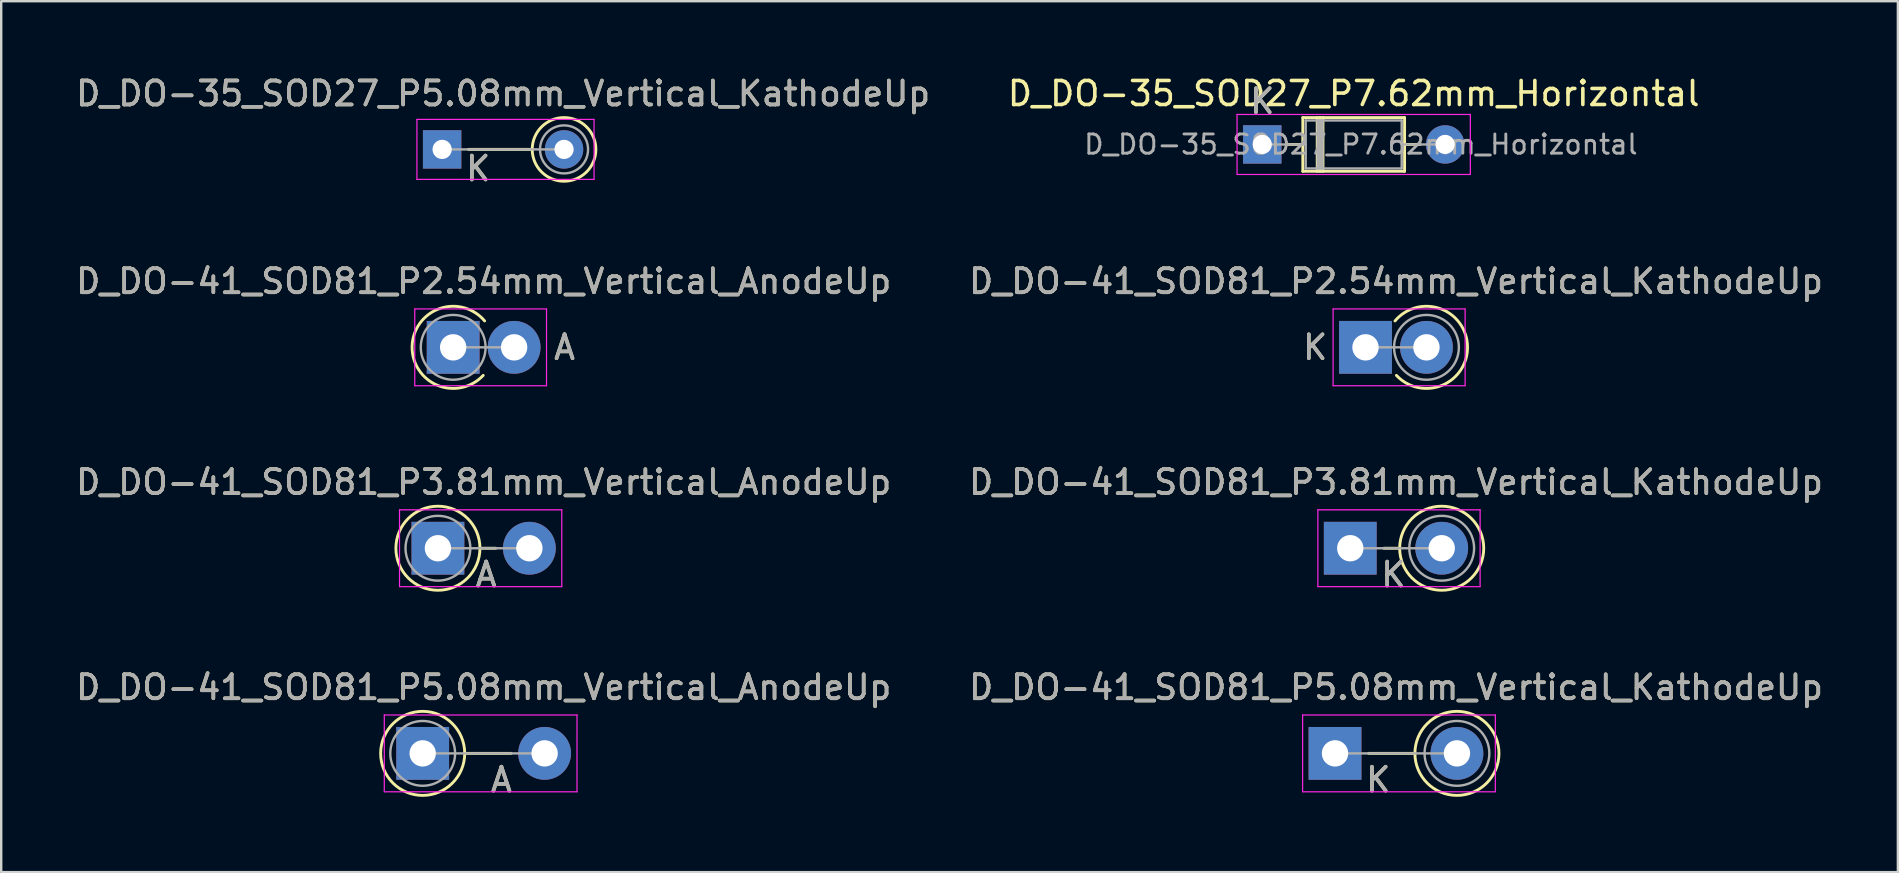
<source format=kicad_pcb>
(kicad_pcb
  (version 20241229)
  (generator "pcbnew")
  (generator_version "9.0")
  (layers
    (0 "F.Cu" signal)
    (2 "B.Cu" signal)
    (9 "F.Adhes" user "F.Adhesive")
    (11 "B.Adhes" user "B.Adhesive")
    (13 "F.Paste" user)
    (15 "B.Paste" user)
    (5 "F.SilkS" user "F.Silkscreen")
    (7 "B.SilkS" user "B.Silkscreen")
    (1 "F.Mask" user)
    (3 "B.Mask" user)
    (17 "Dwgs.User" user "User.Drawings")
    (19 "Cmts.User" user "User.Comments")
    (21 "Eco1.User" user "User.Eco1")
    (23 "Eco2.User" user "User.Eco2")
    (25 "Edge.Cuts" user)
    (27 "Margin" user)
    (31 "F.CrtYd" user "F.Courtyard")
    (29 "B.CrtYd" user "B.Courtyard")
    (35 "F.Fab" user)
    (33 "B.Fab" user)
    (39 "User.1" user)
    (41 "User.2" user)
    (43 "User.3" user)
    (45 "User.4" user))
  (footprint "D_DO-41_SOD81_P3.81mm_Vertical_AnodeUp"
    (layer "F.Cu")
    (at 15.196 19.792)
    (property "Reference" "D_DO-41_SOD81_P3.81mm_Vertical_AnodeUp" (at 1.905 -2.751 0) (layer "F.SilkS") (effects (font (size 1 1) (thickness 0.15))))
    (attr through_hole)
    (fp_line (start 1.751 0) (end 2.41 0) (stroke (width 0.12) (type solid)) (layer "F.SilkS"))
    (fp_circle (center 0 0) (end 1.751 0) (stroke (width 0.12) (type solid)) (fill no) (layer "F.SilkS"))
    (fp_line (start -1.6 -1.6) (end -1.6 1.6) (stroke (width 0.05) (type solid)) (layer "F.CrtYd"))
    (fp_line (start -1.6 1.6) (end 5.16 1.6) (stroke (width 0.05) (type solid)) (layer "F.CrtYd"))
    (fp_line (start 5.16 -1.6) (end -1.6 -1.6) (stroke (width 0.05) (type solid)) (layer "F.CrtYd"))
    (fp_line (start 5.16 1.6) (end 5.16 -1.6) (stroke (width 0.05) (type solid)) (layer "F.CrtYd"))
    (fp_line (start 0 0) (end 3.81 0) (stroke (width 0.1) (type solid)) (layer "F.Fab"))
    (fp_circle (center 0 0) (end 1.35 0) (stroke (width 0.1) (type solid)) (fill no) (layer "F.Fab"))
    (fp_text user "A" (at 2.01 1.1 0) (layer "F.SilkS") (effects (font (size 1 1) (thickness 0.15))))
    (fp_text user "A" (at 2.01 1.1 0) (layer "F.Fab") (effects (font (size 1 1) (thickness 0.15))))
    (fp_text user "${REFERENCE}" (at 1.905 -2.751 0) (layer "F.Fab") (effects (font (size 1 1) (thickness 0.15))))
    (pad "1" thru_hole rect (at 0 0) (size 2.2 2.2) (drill 1.1) (layers "*.Cu" "*.Mask"))
    (pad "2" thru_hole oval (at 3.81 0) (size 2.2 2.2) (drill 1.1) (layers "*.Cu" "*.Mask")))
  (footprint "D_DO-41_SOD81_P5.08mm_Vertical_AnodeUp"
    (layer "F.Cu")
    (at 14.561 28.339)
    (property "Reference" "D_DO-41_SOD81_P5.08mm_Vertical_AnodeUp" (at 2.54 -2.751 0) (layer "F.SilkS") (effects (font (size 1 1) (thickness 0.15))))
    (attr through_hole)
    (fp_line (start 1.751 0) (end 3.68 0) (stroke (width 0.12) (type solid)) (layer "F.SilkS"))
    (fp_circle (center 0 0) (end 1.751 0) (stroke (width 0.12) (type solid)) (fill no) (layer "F.SilkS"))
    (fp_line (start -1.6 -1.6) (end -1.6 1.6) (stroke (width 0.05) (type solid)) (layer "F.CrtYd"))
    (fp_line (start -1.6 1.6) (end 6.43 1.6) (stroke (width 0.05) (type solid)) (layer "F.CrtYd"))
    (fp_line (start 6.43 -1.6) (end -1.6 -1.6) (stroke (width 0.05) (type solid)) (layer "F.CrtYd"))
    (fp_line (start 6.43 1.6) (end 6.43 -1.6) (stroke (width 0.05) (type solid)) (layer "F.CrtYd"))
    (fp_line (start 0 0) (end 5.08 0) (stroke (width 0.1) (type solid)) (layer "F.Fab"))
    (fp_circle (center 0 0) (end 1.35 0) (stroke (width 0.1) (type solid)) (fill no) (layer "F.Fab"))
    (fp_text user "A" (at 3.28 1.1 0) (layer "F.SilkS") (effects (font (size 1 1) (thickness 0.15))))
    (fp_text user "A" (at 3.28 1.1 0) (layer "F.Fab") (effects (font (size 1 1) (thickness 0.15))))
    (fp_text user "${REFERENCE}" (at 2.54 -2.751 0) (layer "F.Fab") (effects (font (size 1 1) (thickness 0.15))))
    (pad "1" thru_hole rect (at 0 0) (size 2.2 2.2) (drill 1.1) (layers "*.Cu" "*.Mask"))
    (pad "2" thru_hole oval (at 5.08 0) (size 2.2 2.2) (drill 1.1) (layers "*.Cu" "*.Mask")))
  (footprint "D_DO-41_SOD81_P2.54mm_Vertical_AnodeUp"
    (layer "F.Cu")
    (at 15.831 11.422)
    (property "Reference" "D_DO-41_SOD81_P2.54mm_Vertical_AnodeUp" (at 1.27 -2.751 0) (layer "F.SilkS") (effects (font (size 1 1) (thickness 0.15))))
    (attr through_hole)
    (fp_arc (start 1.251551 1.167366) (mid -1.710877 -0.044974) (end 1.311153 -1.1) (stroke (width 0.12) (type solid)) (layer "F.SilkS"))
    (fp_line (start -1.6 -1.6) (end -1.6 1.6) (stroke (width 0.05) (type solid)) (layer "F.CrtYd"))
    (fp_line (start -1.6 1.6) (end 3.89 1.6) (stroke (width 0.05) (type solid)) (layer "F.CrtYd"))
    (fp_line (start 3.89 -1.6) (end -1.6 -1.6) (stroke (width 0.05) (type solid)) (layer "F.CrtYd"))
    (fp_line (start 3.89 1.6) (end 3.89 -1.6) (stroke (width 0.05) (type solid)) (layer "F.CrtYd"))
    (fp_line (start 0 0) (end 2.54 0) (stroke (width 0.1) (type solid)) (layer "F.Fab"))
    (fp_circle (center 0 0) (end 1.35 0) (stroke (width 0.1) (type solid)) (fill no) (layer "F.Fab"))
    (fp_text user "A" (at 4.64 0 0) (layer "F.SilkS") (effects (font (size 1 1) (thickness 0.15))))
    (fp_text user "A" (at 4.64 0 0) (layer "F.Fab") (effects (font (size 1 1) (thickness 0.15))))
    (fp_text user "${REFERENCE}" (at 1.27 -2.751 0) (layer "F.Fab") (effects (font (size 1 1) (thickness 0.15))))
    (pad "1" thru_hole rect (at 0 0) (size 2.2 2.2) (drill 1.1) (layers "*.Cu" "*.Mask"))
    (pad "2" thru_hole oval (at 2.54 0) (size 2.2 2.2) (drill 1.1) (layers "*.Cu" "*.Mask")))
  (footprint "D_DO-35_SOD27_P5.08mm_Vertical_KathodeUp"
    (layer "F.Cu")
    (at 15.371 3.175)
    (property "Reference" "D_DO-35_SOD27_P5.08mm_Vertical_KathodeUp" (at 2.54 -2.326 0) (layer "F.SilkS") (effects (font (size 1 1) (thickness 0.15))))
    (attr through_hole)
    (fp_line (start 3.754 0) (end 1.1 0) (stroke (width 0.12) (type solid)) (layer "F.SilkS"))
    (fp_circle (center 5.08 0) (end 6.406 0) (stroke (width 0.12) (type solid)) (fill no) (layer "F.SilkS"))
    (fp_line (start -1.05 -1.25) (end -1.05 1.25) (stroke (width 0.05) (type solid)) (layer "F.CrtYd"))
    (fp_line (start -1.05 1.25) (end 6.33 1.25) (stroke (width 0.05) (type solid)) (layer "F.CrtYd"))
    (fp_line (start 6.33 -1.25) (end -1.05 -1.25) (stroke (width 0.05) (type solid)) (layer "F.CrtYd"))
    (fp_line (start 6.33 1.25) (end 6.33 -1.25) (stroke (width 0.05) (type solid)) (layer "F.CrtYd"))
    (fp_line (start 0 0) (end 5.08 0) (stroke (width 0.1) (type solid)) (layer "F.Fab"))
    (fp_circle (center 5.08 0) (end 6.08 0) (stroke (width 0.1) (type solid)) (fill no) (layer "F.Fab"))
    (fp_text user "K" (at 1.5 0.8 0) (layer "F.SilkS") (effects (font (size 1 1) (thickness 0.15))))
    (fp_text user "${REFERENCE}" (at 2.54 -2.326 0) (layer "F.Fab") (effects (font (size 1 1) (thickness 0.15))))
    (fp_text user "K" (at 1.5 0.8 0) (layer "F.Fab") (effects (font (size 1 1) (thickness 0.15))))
    (pad "1" thru_hole rect (at 0 0) (size 1.6 1.6) (drill 0.8) (layers "*.Cu" "*.Mask"))
    (pad "2" thru_hole oval (at 5.08 0) (size 1.6 1.6) (drill 0.8) (layers "*.Cu" "*.Mask")))
  (footprint "D_DO-41_SOD81_P3.81mm_Vertical_KathodeUp"
    (layer "F.Cu")
    (at 53.208 19.792)
    (property "Reference" "D_DO-41_SOD81_P3.81mm_Vertical_KathodeUp" (at 1.905 -2.751 0) (layer "F.SilkS") (effects (font (size 1 1) (thickness 0.15))))
    (attr through_hole)
    (fp_line (start 2.059 0) (end 1.4 0) (stroke (width 0.12) (type solid)) (layer "F.SilkS"))
    (fp_circle (center 3.81 0) (end 5.561 0) (stroke (width 0.12) (type solid)) (fill no) (layer "F.SilkS"))
    (fp_line (start -1.35 -1.6) (end -1.35 1.6) (stroke (width 0.05) (type solid)) (layer "F.CrtYd"))
    (fp_line (start -1.35 1.6) (end 5.41 1.6) (stroke (width 0.05) (type solid)) (layer "F.CrtYd"))
    (fp_line (start 5.41 -1.6) (end -1.35 -1.6) (stroke (width 0.05) (type solid)) (layer "F.CrtYd"))
    (fp_line (start 5.41 1.6) (end 5.41 -1.6) (stroke (width 0.05) (type solid)) (layer "F.CrtYd"))
    (fp_line (start 0 0) (end 3.81 0) (stroke (width 0.1) (type solid)) (layer "F.Fab"))
    (fp_circle (center 3.81 0) (end 5.16 0) (stroke (width 0.1) (type solid)) (fill no) (layer "F.Fab"))
    (fp_text user "K" (at 1.8 1.1 0) (layer "F.SilkS") (effects (font (size 1 1) (thickness 0.15))))
    (fp_text user "${REFERENCE}" (at 1.905 -2.751 0) (layer "F.Fab") (effects (font (size 1 1) (thickness 0.15))))
    (fp_text user "K" (at 1.8 1.1 0) (layer "F.Fab") (effects (font (size 1 1) (thickness 0.15))))
    (pad "1" thru_hole rect (at 0 0) (size 2.2 2.2) (drill 1.1) (layers "*.Cu" "*.Mask"))
    (pad "2" thru_hole oval (at 3.81 0) (size 2.2 2.2) (drill 1.1) (layers "*.Cu" "*.Mask")))
  (footprint "D_DO-41_SOD81_P5.08mm_Vertical_KathodeUp"
    (layer "F.Cu")
    (at 52.573 28.339)
    (property "Reference" "D_DO-41_SOD81_P5.08mm_Vertical_KathodeUp" (at 2.54 -2.751 0) (layer "F.SilkS") (effects (font (size 1 1) (thickness 0.15))))
    (attr through_hole)
    (fp_line (start 3.329 0) (end 1.4 0) (stroke (width 0.12) (type solid)) (layer "F.SilkS"))
    (fp_circle (center 5.08 0) (end 6.831 0) (stroke (width 0.12) (type solid)) (fill no) (layer "F.SilkS"))
    (fp_line (start -1.35 -1.6) (end -1.35 1.6) (stroke (width 0.05) (type solid)) (layer "F.CrtYd"))
    (fp_line (start -1.35 1.6) (end 6.68 1.6) (stroke (width 0.05) (type solid)) (layer "F.CrtYd"))
    (fp_line (start 6.68 -1.6) (end -1.35 -1.6) (stroke (width 0.05) (type solid)) (layer "F.CrtYd"))
    (fp_line (start 6.68 1.6) (end 6.68 -1.6) (stroke (width 0.05) (type solid)) (layer "F.CrtYd"))
    (fp_line (start 0 0) (end 5.08 0) (stroke (width 0.1) (type solid)) (layer "F.Fab"))
    (fp_circle (center 5.08 0) (end 6.43 0) (stroke (width 0.1) (type solid)) (fill no) (layer "F.Fab"))
    (fp_text user "K" (at 1.8 1.1 0) (layer "F.SilkS") (effects (font (size 1 1) (thickness 0.15))))
    (fp_text user "K" (at 1.8 1.1 0) (layer "F.Fab") (effects (font (size 1 1) (thickness 0.15))))
    (fp_text user "${REFERENCE}" (at 2.54 -2.751 0) (layer "F.Fab") (effects (font (size 1 1) (thickness 0.15))))
    (pad "1" thru_hole rect (at 0 0) (size 2.2 2.2) (drill 1.1) (layers "*.Cu" "*.Mask"))
    (pad "2" thru_hole oval (at 5.08 0) (size 2.2 2.2) (drill 1.1) (layers "*.Cu" "*.Mask")))
  (footprint "D_DO-41_SOD81_P2.54mm_Vertical_KathodeUp"
    (layer "F.Cu")
    (at 53.843 11.422)
    (property "Reference" "D_DO-41_SOD81_P2.54mm_Vertical_KathodeUp" (at 1.27 -2.751 0) (layer "F.SilkS") (effects (font (size 1 1) (thickness 0.15))))
    (attr through_hole)
    (fp_arc (start 1.228847 -1.1) (mid 4.250877 -0.044974) (end 1.288449 1.167366) (stroke (width 0.12) (type solid)) (layer "F.SilkS"))
    (fp_line (start -1.35 -1.6) (end -1.35 1.6) (stroke (width 0.05) (type solid)) (layer "F.CrtYd"))
    (fp_line (start -1.35 1.6) (end 4.15 1.6) (stroke (width 0.05) (type solid)) (layer "F.CrtYd"))
    (fp_line (start 4.15 -1.6) (end -1.35 -1.6) (stroke (width 0.05) (type solid)) (layer "F.CrtYd"))
    (fp_line (start 4.15 1.6) (end 4.15 -1.6) (stroke (width 0.05) (type solid)) (layer "F.CrtYd"))
    (fp_line (start 0 0) (end 2.54 0) (stroke (width 0.1) (type solid)) (layer "F.Fab"))
    (fp_circle (center 2.54 0) (end 3.89 0) (stroke (width 0.1) (type solid)) (fill no) (layer "F.Fab"))
    (fp_text user "K" (at -2.1 0 0) (layer "F.SilkS") (effects (font (size 1 1) (thickness 0.15))))
    (fp_text user "${REFERENCE}" (at 1.27 -2.751 0) (layer "F.Fab") (effects (font (size 1 1) (thickness 0.15))))
    (fp_text user "K" (at -2.1 0 0) (layer "F.Fab") (effects (font (size 1 1) (thickness 0.15))))
    (pad "1" thru_hole rect (at 0 0) (size 2.2 2.2) (drill 1.1) (layers "*.Cu" "*.Mask"))
    (pad "2" thru_hole oval (at 2.54 0) (size 2.2 2.2) (drill 1.1) (layers "*.Cu" "*.Mask")))
  (footprint "D_DO-35_SOD27_P7.62mm_Horizontal"
    (layer "F.Cu")
    (at 49.541 2.968)
    (property "Reference" "D_DO-35_SOD27_P7.62mm_Horizontal" (at 3.81 -2.12 0) (layer "F.SilkS") (effects (font (size 1 1) (thickness 0.15))))
    (attr through_hole)
    (fp_line (start 1.04 0) (end 1.69 0) (stroke (width 0.12) (type solid)) (layer "F.SilkS"))
    (fp_line (start 1.69 -1.12) (end 1.69 1.12) (stroke (width 0.12) (type solid)) (layer "F.SilkS"))
    (fp_line (start 1.69 1.12) (end 5.93 1.12) (stroke (width 0.12) (type solid)) (layer "F.SilkS"))
    (fp_line (start 2.29 -1.12) (end 2.29 1.12) (stroke (width 0.12) (type solid)) (layer "F.SilkS"))
    (fp_line (start 2.41 -1.12) (end 2.41 1.12) (stroke (width 0.12) (type solid)) (layer "F.SilkS"))
    (fp_line (start 2.53 -1.12) (end 2.53 1.12) (stroke (width 0.12) (type solid)) (layer "F.SilkS"))
    (fp_line (start 5.93 -1.12) (end 1.69 -1.12) (stroke (width 0.12) (type solid)) (layer "F.SilkS"))
    (fp_line (start 5.93 1.12) (end 5.93 -1.12) (stroke (width 0.12) (type solid)) (layer "F.SilkS"))
    (fp_line (start 6.58 0) (end 5.93 0) (stroke (width 0.12) (type solid)) (layer "F.SilkS"))
    (fp_line (start -1.05 -1.25) (end -1.05 1.25) (stroke (width 0.05) (type solid)) (layer "F.CrtYd"))
    (fp_line (start -1.05 1.25) (end 8.67 1.25) (stroke (width 0.05) (type solid)) (layer "F.CrtYd"))
    (fp_line (start 8.67 -1.25) (end -1.05 -1.25) (stroke (width 0.05) (type solid)) (layer "F.CrtYd"))
    (fp_line (start 8.67 1.25) (end 8.67 -1.25) (stroke (width 0.05) (type solid)) (layer "F.CrtYd"))
    (fp_line (start 0 0) (end 1.81 0) (stroke (width 0.1) (type solid)) (layer "F.Fab"))
    (fp_line (start 1.81 -1) (end 1.81 1) (stroke (width 0.1) (type solid)) (layer "F.Fab"))
    (fp_line (start 1.81 1) (end 5.81 1) (stroke (width 0.1) (type solid)) (layer "F.Fab"))
    (fp_line (start 2.31 -1) (end 2.31 1) (stroke (width 0.1) (type solid)) (layer "F.Fab"))
    (fp_line (start 2.41 -1) (end 2.41 1) (stroke (width 0.1) (type solid)) (layer "F.Fab"))
    (fp_line (start 2.51 -1) (end 2.51 1) (stroke (width 0.1) (type solid)) (layer "F.Fab"))
    (fp_line (start 5.81 -1) (end 1.81 -1) (stroke (width 0.1) (type solid)) (layer "F.Fab"))
    (fp_line (start 5.81 1) (end 5.81 -1) (stroke (width 0.1) (type solid)) (layer "F.Fab"))
    (fp_line (start 7.62 0) (end 5.81 0) (stroke (width 0.1) (type solid)) (layer "F.Fab"))
    (fp_text user "K" (at 0 -1.8 0) (layer "F.SilkS") (effects (font (size 1 1) (thickness 0.15))))
    (fp_text user "K" (at 0 -1.8 0) (layer "F.Fab") (effects (font (size 1 1) (thickness 0.15))))
    (fp_text user "${REFERENCE}" (at 4.11 0 0) (layer "F.Fab") (effects (font (size 0.8 0.8) (thickness 0.12))))
    (pad "1" thru_hole rect (at 0 0) (size 1.6 1.6) (drill 0.8) (layers "*.Cu" "*.Mask"))
    (pad "2" thru_hole oval (at 7.62 0) (size 1.6 1.6) (drill 0.8) (layers "*.Cu" "*.Mask")))
  (gr_rect
    (start -3 -3)
    (end 76.024 33.287)
    (stroke (width 0.1) (type default))
    (fill no)
    (layer "Edge.Cuts")))
</source>
